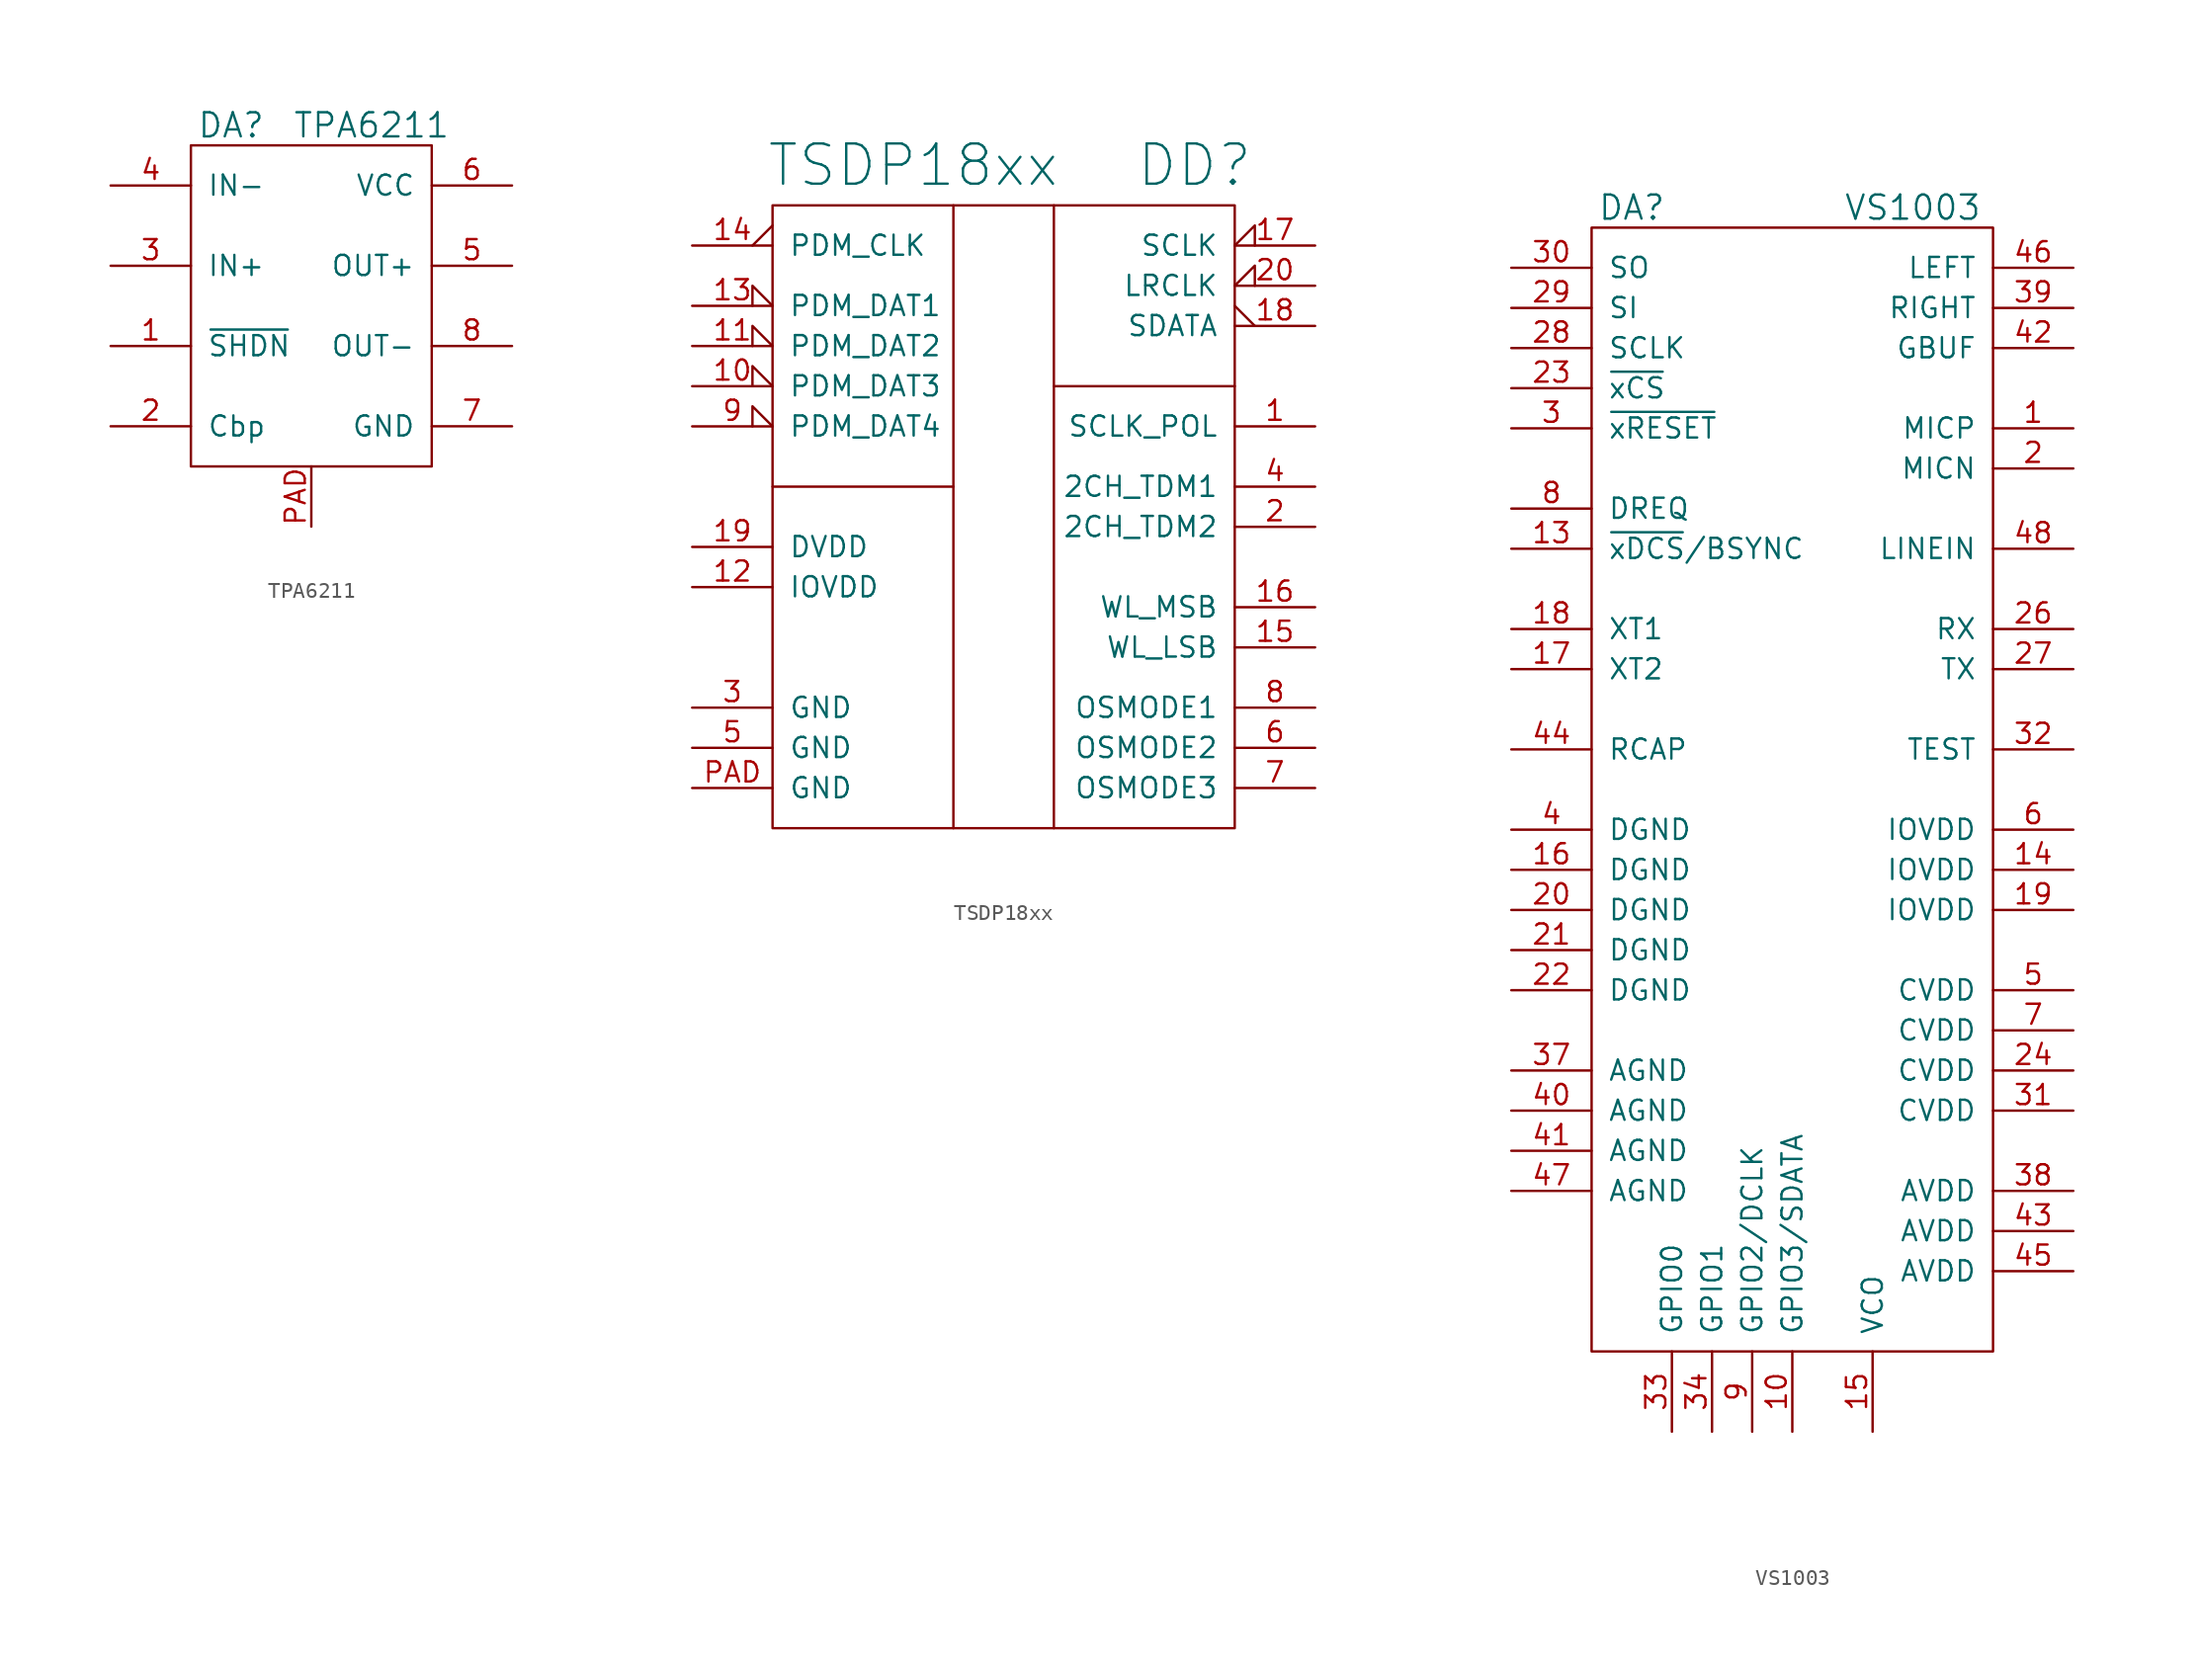
<source format=kicad_sym>
(kicad_symbol_lib
  (version 20231120)
  (generator "kicad_symbol_editor")
  (generator_version "8.0")
  (symbol "TPA6211"
    (pin_names
      (offset 1.016))
    (property "Reference" "DA"
      (at -5.08 11.43 0)
      (effects (font (size 1.524 1.524))))
    (property "Value" "TPA6211"
      (at 3.81 11.43 0)
      (effects (font (size 1.524 1.524))))
    (property "Datasheet" ""
      (at -5.08 11.43 0)
      (effects (font (size 1.524 1.524))))
    (symbol "TPA6211_0_1"
      (rectangle (start -7.62 10.16) (end 7.62 -10.16) (stroke (width 0) (type default)) (fill (type none))))
    (symbol "TPA6211_1_1"
      (pin passive line (at -12.7 -2.54 0) (length 5.08) (name "~{SHDN}" (effects (font (size 1.27 1.27)))) (number "1" (effects (font (size 1.27 1.27)))))
      (pin passive line (at -12.7 -7.62 0) (length 5.08) (name "Cbp" (effects (font (size 1.27 1.27)))) (number "2" (effects (font (size 1.27 1.27)))))
      (pin passive line (at -12.7 2.54 0) (length 5.08) (name "IN+" (effects (font (size 1.27 1.27)))) (number "3" (effects (font (size 1.27 1.27)))))
      (pin passive line (at -12.7 7.62 0) (length 5.08) (name "IN-" (effects (font (size 1.27 1.27)))) (number "4" (effects (font (size 1.27 1.27)))))
      (pin passive line (at 12.7 2.54 180) (length 5.08) (name "OUT+" (effects (font (size 1.27 1.27)))) (number "5" (effects (font (size 1.27 1.27)))))
      (pin power_in line (at 12.7 7.62 180) (length 5.08) (name "VCC" (effects (font (size 1.27 1.27)))) (number "6" (effects (font (size 1.27 1.27)))))
      (pin power_in line (at 12.7 -7.62 180) (length 5.08) (name "GND" (effects (font (size 1.27 1.27)))) (number "7" (effects (font (size 1.27 1.27)))))
      (pin passive line (at 12.7 -2.54 180) (length 5.08) (name "OUT-" (effects (font (size 1.27 1.27)))) (number "8" (effects (font (size 1.27 1.27)))))
      (pin power_in line (at 0 -13.97 90) (length 3.81) (name "~" (effects (font (size 1.27 1.27)))) (number "PAD" (effects (font (size 1.27 1.27)))))))
  (symbol "TSDP18xx"
    (pin_names
      (offset 1.016))
    (property "Reference" "DD"
      (at 11.43 21.59 0)
      (effects (font (size 2.54 2.54))))
    (property "Value" "TSDP18xx"
      (at -6.35 21.59 0)
      (effects (font (size 2.54 2.54))))
    (symbol "TSDP18xx_0_1"
      (rectangle (start -15.24 19.05) (end 13.97 -20.32) (stroke (width 0) (type default)) (fill (type none)))
      (polyline (pts (xy -15.24 1.27) (xy -3.81 1.27)) (stroke (width 0) (type default)) (fill (type none)))
      (polyline (pts (xy -3.81 19.05) (xy -3.81 -20.32)) (stroke (width 0) (type default)) (fill (type none)))
      (polyline (pts (xy 2.54 7.62) (xy 13.97 7.62)) (stroke (width 0) (type default)) (fill (type none)))
      (polyline (pts (xy 2.54 19.05) (xy 2.54 -20.32)) (stroke (width 0) (type default)) (fill (type none))))
    (symbol "TSDP18xx_1_1"
      (pin passive line (at 19.05 5.08 180) (length 5.08) (name "SCLK_POL" (effects (font (size 1.27 1.27)))) (number "1" (effects (font (size 1.27 1.27)))))
      (pin passive input_low (at -20.32 7.62 0) (length 5.08) (name "PDM_DAT3" (effects (font (size 1.27 1.27)))) (number "10" (effects (font (size 1.27 1.27)))))
      (pin passive input_low (at -20.32 10.16 0) (length 5.08) (name "PDM_DAT2" (effects (font (size 1.27 1.27)))) (number "11" (effects (font (size 1.27 1.27)))))
      (pin power_in line (at -20.32 -5.08 0) (length 5.08) (name "IOVDD" (effects (font (size 1.27 1.27)))) (number "12" (effects (font (size 1.27 1.27)))))
      (pin passive input_low (at -20.32 12.7 0) (length 5.08) (name "PDM_DAT1" (effects (font (size 1.27 1.27)))) (number "13" (effects (font (size 1.27 1.27)))))
      (pin passive output_low (at -20.32 16.51 0) (length 5.08) (name "PDM_CLK" (effects (font (size 1.27 1.27)))) (number "14" (effects (font (size 1.27 1.27)))))
      (pin passive line (at 19.05 -8.89 180) (length 5.08) (name "WL_LSB" (effects (font (size 1.27 1.27)))) (number "15" (effects (font (size 1.27 1.27)))))
      (pin passive line (at 19.05 -6.35 180) (length 5.08) (name "WL_MSB" (effects (font (size 1.27 1.27)))) (number "16" (effects (font (size 1.27 1.27)))))
      (pin passive input_low (at 19.05 16.51 180) (length 5.08) (name "SCLK" (effects (font (size 1.27 1.27)))) (number "17" (effects (font (size 1.27 1.27)))))
      (pin passive output_low (at 19.05 11.43 180) (length 5.08) (name "SDATA" (effects (font (size 1.27 1.27)))) (number "18" (effects (font (size 1.27 1.27)))))
      (pin power_in line (at -20.32 -2.54 0) (length 5.08) (name "DVDD" (effects (font (size 1.27 1.27)))) (number "19" (effects (font (size 1.27 1.27)))))
      (pin passive line (at 19.05 -1.27 180) (length 5.08) (name "2CH_TDM2" (effects (font (size 1.27 1.27)))) (number "2" (effects (font (size 1.27 1.27)))))
      (pin passive input_low (at 19.05 13.97 180) (length 5.08) (name "LRCLK" (effects (font (size 1.27 1.27)))) (number "20" (effects (font (size 1.27 1.27)))))
      (pin passive line (at -20.32 -12.7 0) (length 5.08) (name "GND" (effects (font (size 1.27 1.27)))) (number "3" (effects (font (size 1.27 1.27)))))
      (pin passive line (at 19.05 1.27 180) (length 5.08) (name "2CH_TDM1" (effects (font (size 1.27 1.27)))) (number "4" (effects (font (size 1.27 1.27)))))
      (pin power_in line (at -20.32 -15.24 0) (length 5.08) (name "GND" (effects (font (size 1.27 1.27)))) (number "5" (effects (font (size 1.27 1.27)))))
      (pin passive line (at 19.05 -15.24 180) (length 5.08) (name "OSMODE2" (effects (font (size 1.27 1.27)))) (number "6" (effects (font (size 1.27 1.27)))))
      (pin passive line (at 19.05 -17.78 180) (length 5.08) (name "OSMODE3" (effects (font (size 1.27 1.27)))) (number "7" (effects (font (size 1.27 1.27)))))
      (pin passive line (at 19.05 -12.7 180) (length 5.08) (name "OSMODE1" (effects (font (size 1.27 1.27)))) (number "8" (effects (font (size 1.27 1.27)))))
      (pin passive input_low (at -20.32 5.08 0) (length 5.08) (name "PDM_DAT4" (effects (font (size 1.27 1.27)))) (number "9" (effects (font (size 1.27 1.27)))))
      (pin power_in line (at -20.32 -17.78 0) (length 5.08) (name "GND" (effects (font (size 1.27 1.27)))) (number "PAD" (effects (font (size 1.27 1.27)))))))
  (symbol "VS1003"
    (pin_names
      (offset 1.016))
    (property "Reference" "DA"
      (at -10.16 36.83 0)
      (effects (font (size 1.524 1.524))))
    (property "Value" "VS1003"
      (at 7.62 36.83 0)
      (effects (font (size 1.524 1.524))))
    (property "Footprint" ""
      (at 0 0 0)
      (effects (font (size 1.524 1.524))))
    (property "Datasheet" ""
      (at 0 0 0)
      (effects (font (size 1.524 1.524))))
    (symbol "VS1003_0_1"
      (rectangle (start -12.7 35.56) (end 12.7 -35.56) (stroke (width 0) (type default)) (fill (type none))))
    (symbol "VS1003_1_1"
      (pin passive line (at 17.78 22.86 180) (length 5.08) (name "MICP" (effects (font (size 1.27 1.27)))) (number "1" (effects (font (size 1.27 1.27)))))
      (pin passive line (at 0 -40.64 90) (length 5.08) (name "GPIO3/SDATA" (effects (font (size 1.27 1.27)))) (number "10" (effects (font (size 1.27 1.27)))))
      (pin passive line (at -17.78 15.24 0) (length 5.08) (name "~{xDCS}/BSYNC" (effects (font (size 1.27 1.27)))) (number "13" (effects (font (size 1.27 1.27)))))
      (pin power_in line (at 17.78 -5.08 180) (length 5.08) (name "IOVDD" (effects (font (size 1.27 1.27)))) (number "14" (effects (font (size 1.27 1.27)))))
      (pin passive line (at 5.08 -40.64 90) (length 5.08) (name "VCO" (effects (font (size 1.27 1.27)))) (number "15" (effects (font (size 1.27 1.27)))))
      (pin power_in line (at -17.78 -5.08 0) (length 5.08) (name "DGND" (effects (font (size 1.27 1.27)))) (number "16" (effects (font (size 1.27 1.27)))))
      (pin passive line (at -17.78 7.62 0) (length 5.08) (name "XT2" (effects (font (size 1.27 1.27)))) (number "17" (effects (font (size 1.27 1.27)))))
      (pin passive line (at -17.78 10.16 0) (length 5.08) (name "XT1" (effects (font (size 1.27 1.27)))) (number "18" (effects (font (size 1.27 1.27)))))
      (pin power_in line (at 17.78 -7.62 180) (length 5.08) (name "IOVDD" (effects (font (size 1.27 1.27)))) (number "19" (effects (font (size 1.27 1.27)))))
      (pin passive line (at 17.78 20.32 180) (length 5.08) (name "MICN" (effects (font (size 1.27 1.27)))) (number "2" (effects (font (size 1.27 1.27)))))
      (pin power_in line (at -17.78 -7.62 0) (length 5.08) (name "DGND" (effects (font (size 1.27 1.27)))) (number "20" (effects (font (size 1.27 1.27)))))
      (pin power_in line (at -17.78 -10.16 0) (length 5.08) (name "DGND" (effects (font (size 1.27 1.27)))) (number "21" (effects (font (size 1.27 1.27)))))
      (pin power_in line (at -17.78 -12.7 0) (length 5.08) (name "DGND" (effects (font (size 1.27 1.27)))) (number "22" (effects (font (size 1.27 1.27)))))
      (pin passive line (at -17.78 25.4 0) (length 5.08) (name "~{xCS}" (effects (font (size 1.27 1.27)))) (number "23" (effects (font (size 1.27 1.27)))))
      (pin power_in line (at 17.78 -17.78 180) (length 5.08) (name "CVDD" (effects (font (size 1.27 1.27)))) (number "24" (effects (font (size 1.27 1.27)))))
      (pin passive line (at 17.78 10.16 180) (length 5.08) (name "RX" (effects (font (size 1.27 1.27)))) (number "26" (effects (font (size 1.27 1.27)))))
      (pin passive line (at 17.78 7.62 180) (length 5.08) (name "TX" (effects (font (size 1.27 1.27)))) (number "27" (effects (font (size 1.27 1.27)))))
      (pin passive line (at -17.78 27.94 0) (length 5.08) (name "SCLK" (effects (font (size 1.27 1.27)))) (number "28" (effects (font (size 1.27 1.27)))))
      (pin passive line (at -17.78 30.48 0) (length 5.08) (name "SI" (effects (font (size 1.27 1.27)))) (number "29" (effects (font (size 1.27 1.27)))))
      (pin passive line (at -17.78 22.86 0) (length 5.08) (name "~{xRESET}" (effects (font (size 1.27 1.27)))) (number "3" (effects (font (size 1.27 1.27)))))
      (pin passive line (at -17.78 33.02 0) (length 5.08) (name "SO" (effects (font (size 1.27 1.27)))) (number "30" (effects (font (size 1.27 1.27)))))
      (pin power_in line (at 17.78 -20.32 180) (length 5.08) (name "CVDD" (effects (font (size 1.27 1.27)))) (number "31" (effects (font (size 1.27 1.27)))))
      (pin passive line (at 17.78 2.54 180) (length 5.08) (name "TEST" (effects (font (size 1.27 1.27)))) (number "32" (effects (font (size 1.27 1.27)))))
      (pin passive line (at -7.62 -40.64 90) (length 5.08) (name "GPIO0" (effects (font (size 1.27 1.27)))) (number "33" (effects (font (size 1.27 1.27)))))
      (pin passive line (at -5.08 -40.64 90) (length 5.08) (name "GPIO1" (effects (font (size 1.27 1.27)))) (number "34" (effects (font (size 1.27 1.27)))))
      (pin power_in line (at -17.78 -17.78 0) (length 5.08) (name "AGND" (effects (font (size 1.27 1.27)))) (number "37" (effects (font (size 1.27 1.27)))))
      (pin power_in line (at 17.78 -25.4 180) (length 5.08) (name "AVDD" (effects (font (size 1.27 1.27)))) (number "38" (effects (font (size 1.27 1.27)))))
      (pin passive line (at 17.78 30.48 180) (length 5.08) (name "RIGHT" (effects (font (size 1.27 1.27)))) (number "39" (effects (font (size 1.27 1.27)))))
      (pin power_in line (at -17.78 -2.54 0) (length 5.08) (name "DGND" (effects (font (size 1.27 1.27)))) (number "4" (effects (font (size 1.27 1.27)))))
      (pin power_in line (at -17.78 -20.32 0) (length 5.08) (name "AGND" (effects (font (size 1.27 1.27)))) (number "40" (effects (font (size 1.27 1.27)))))
      (pin power_in line (at -17.78 -22.86 0) (length 5.08) (name "AGND" (effects (font (size 1.27 1.27)))) (number "41" (effects (font (size 1.27 1.27)))))
      (pin passive line (at 17.78 27.94 180) (length 5.08) (name "GBUF" (effects (font (size 1.27 1.27)))) (number "42" (effects (font (size 1.27 1.27)))))
      (pin power_in line (at 17.78 -27.94 180) (length 5.08) (name "AVDD" (effects (font (size 1.27 1.27)))) (number "43" (effects (font (size 1.27 1.27)))))
      (pin passive line (at -17.78 2.54 0) (length 5.08) (name "RCAP" (effects (font (size 1.27 1.27)))) (number "44" (effects (font (size 1.27 1.27)))))
      (pin power_in line (at 17.78 -30.48 180) (length 5.08) (name "AVDD" (effects (font (size 1.27 1.27)))) (number "45" (effects (font (size 1.27 1.27)))))
      (pin passive line (at 17.78 33.02 180) (length 5.08) (name "LEFT" (effects (font (size 1.27 1.27)))) (number "46" (effects (font (size 1.27 1.27)))))
      (pin power_in line (at -17.78 -25.4 0) (length 5.08) (name "AGND" (effects (font (size 1.27 1.27)))) (number "47" (effects (font (size 1.27 1.27)))))
      (pin passive line (at 17.78 15.24 180) (length 5.08) (name "LINEIN" (effects (font (size 1.27 1.27)))) (number "48" (effects (font (size 1.27 1.27)))))
      (pin power_in line (at 17.78 -12.7 180) (length 5.08) (name "CVDD" (effects (font (size 1.27 1.27)))) (number "5" (effects (font (size 1.27 1.27)))))
      (pin power_in line (at 17.78 -2.54 180) (length 5.08) (name "IOVDD" (effects (font (size 1.27 1.27)))) (number "6" (effects (font (size 1.27 1.27)))))
      (pin power_in line (at 17.78 -15.24 180) (length 5.08) (name "CVDD" (effects (font (size 1.27 1.27)))) (number "7" (effects (font (size 1.27 1.27)))))
      (pin passive line (at -17.78 17.78 0) (length 5.08) (name "DREQ" (effects (font (size 1.27 1.27)))) (number "8" (effects (font (size 1.27 1.27)))))
      (pin passive line (at -2.54 -40.64 90) (length 5.08) (name "GPIO2/DCLK" (effects (font (size 1.27 1.27)))) (number "9" (effects (font (size 1.27 1.27))))))))
</source>
